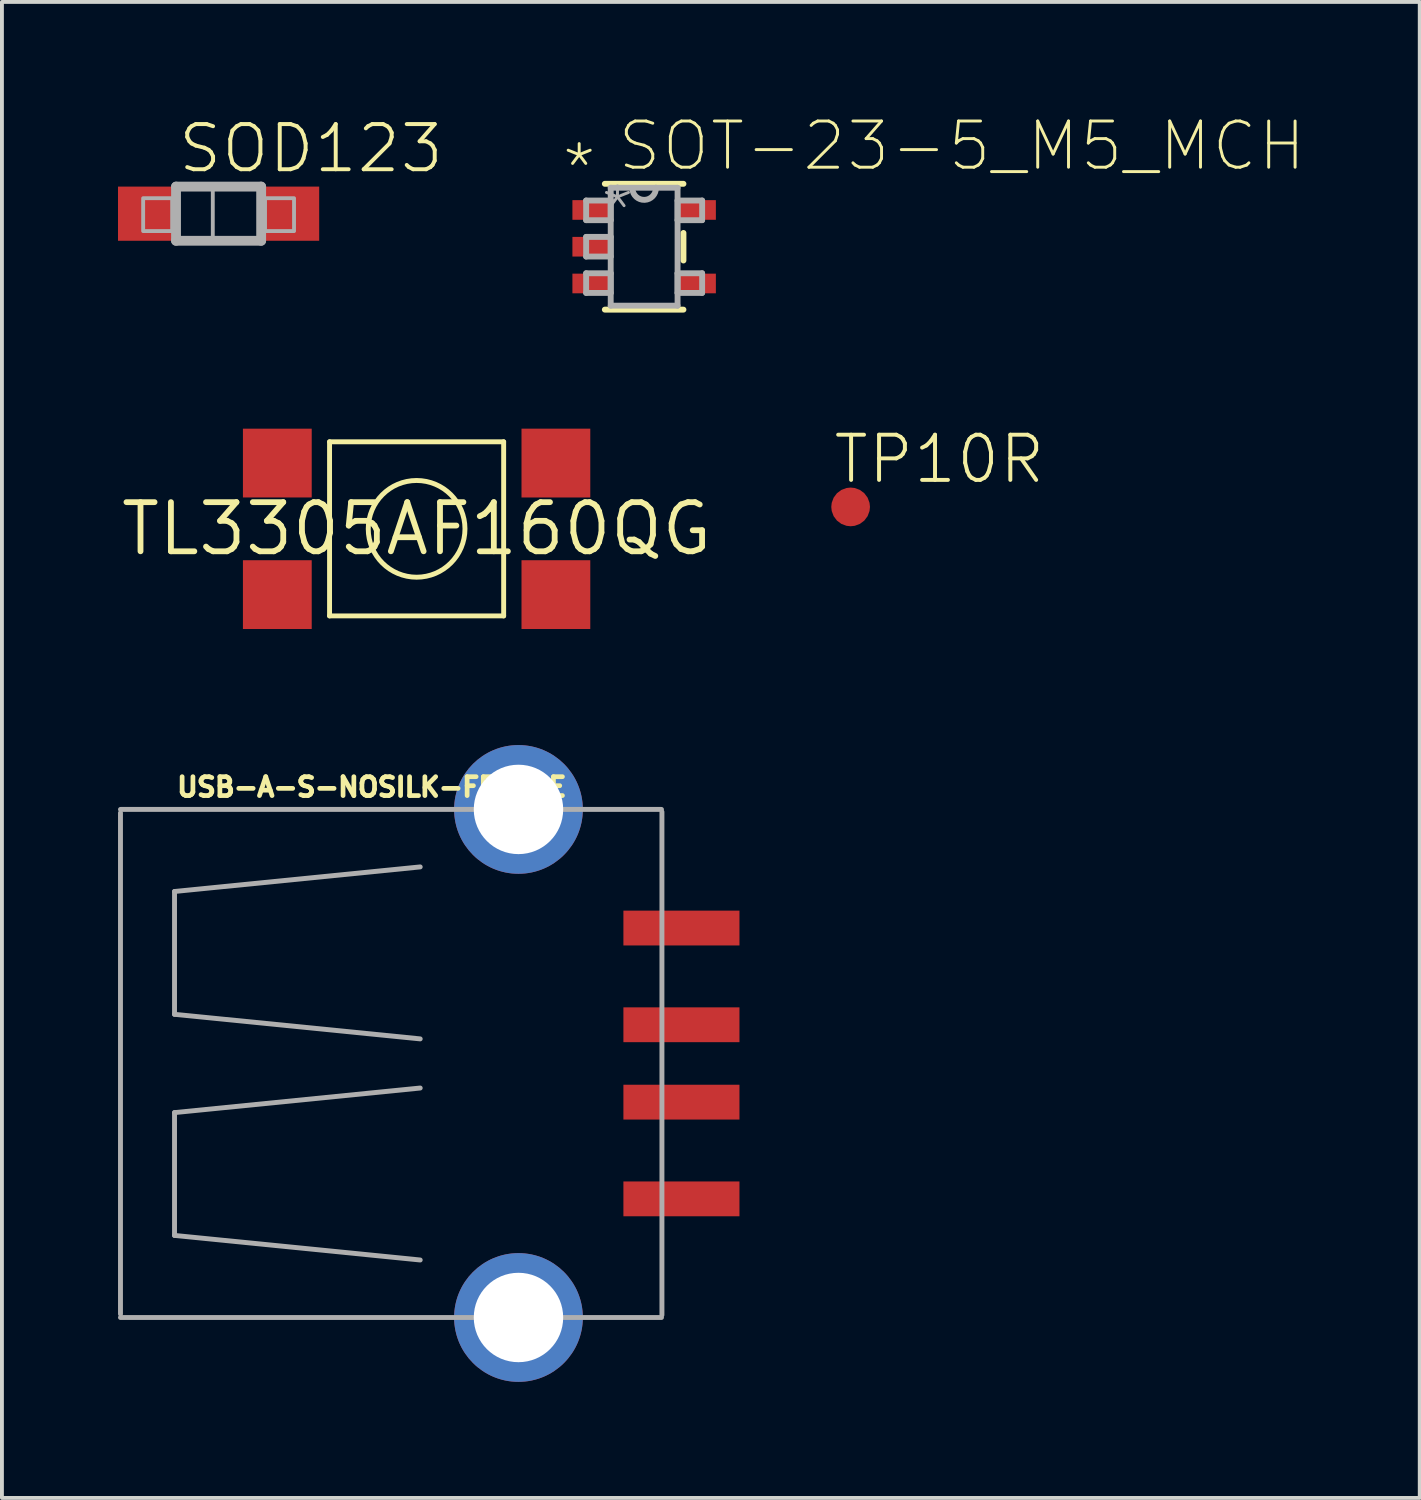
<source format=kicad_pcb>
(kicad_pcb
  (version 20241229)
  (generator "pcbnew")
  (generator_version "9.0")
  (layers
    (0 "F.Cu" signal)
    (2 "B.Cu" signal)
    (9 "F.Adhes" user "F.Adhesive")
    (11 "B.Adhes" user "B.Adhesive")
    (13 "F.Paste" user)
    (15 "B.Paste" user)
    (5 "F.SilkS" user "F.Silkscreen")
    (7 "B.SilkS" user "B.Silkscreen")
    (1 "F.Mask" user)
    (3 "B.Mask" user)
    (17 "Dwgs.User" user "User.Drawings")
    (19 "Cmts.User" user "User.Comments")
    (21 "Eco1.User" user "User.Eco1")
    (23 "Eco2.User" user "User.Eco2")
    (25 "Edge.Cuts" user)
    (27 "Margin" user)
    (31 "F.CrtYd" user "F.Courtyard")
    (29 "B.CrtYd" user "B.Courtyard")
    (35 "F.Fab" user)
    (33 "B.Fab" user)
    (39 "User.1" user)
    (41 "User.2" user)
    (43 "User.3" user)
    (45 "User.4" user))
  (footprint "USB-A-S-NOSILK-FEMALE"
    (layer "F.Cu")
    (at 7.811 24.437)
    (property "Reference" "USB-A-S-NOSILK-FEMALE" (at -6.35 -6.858 0) (layer "F.SilkS") (effects (font (size 0.488 0.488) (thickness 0.122)) (justify left bottom)))
    (fp_line (start -7.747 -6.477) (end -7.747 6.477) (stroke (width 0.127) (type solid)) (layer "F.Fab"))
    (fp_line (start -6.35 -4.445) (end -6.35 -1.27) (stroke (width 0.127) (type solid)) (layer "F.Fab"))
    (fp_line (start -6.35 -1.27) (end 0 -0.635) (stroke (width 0.127) (type solid)) (layer "F.Fab"))
    (fp_line (start -6.35 1.27) (end 0 0.635) (stroke (width 0.127) (type solid)) (layer "F.Fab"))
    (fp_line (start -6.35 4.445) (end -6.35 1.27) (stroke (width 0.127) (type solid)) (layer "F.Fab"))
    (fp_line (start 0 -5.08) (end -6.35 -4.445) (stroke (width 0.127) (type solid)) (layer "F.Fab"))
    (fp_line (start 0 5.08) (end -6.35 4.445) (stroke (width 0.127) (type solid)) (layer "F.Fab"))
    (fp_line (start 6.236 -6.566) (end -7.747 -6.566) (stroke (width 0.127) (type solid)) (layer "F.Fab"))
    (fp_line (start 6.236 6.566) (end -7.747 6.566) (stroke (width 0.127) (type solid)) (layer "F.Fab"))
    (fp_line (start 6.248 -6.502) (end 6.248 6.502) (stroke (width 0.127) (type solid)) (layer "F.Fab"))
    (pad "D+" smd rect (at 6.752 1) (size 3 0.9) (layers "F.Cu" "F.Mask" "F.Paste"))
    (pad "D-" smd rect (at 6.752 -1) (size 3 0.9) (layers "F.Cu" "F.Mask" "F.Paste"))
    (pad "GND" smd rect (at 6.752 3.5) (size 3 0.9) (layers "F.Cu" "F.Mask" "F.Paste"))
    (pad "SHLD1" thru_hole circle (at 2.54 6.566 270) (size 3.327 3.327) (drill 2.311) (layers "*.Cu" "*.Mask"))
    (pad "SHLD2" thru_hole circle (at 2.54 -6.566 270) (size 3.327 3.327) (drill 2.311) (layers "*.Cu" "*.Mask"))
    (pad "VBUS" smd rect (at 6.752 -3.5) (size 3 0.9) (layers "F.Cu" "F.Mask" "F.Paste")))
  (footprint "SOT-23-5_M5_MCH"
    (layer "F.Cu")
    (at 13.599 3.327)
    (property "Reference" "SOT-23-5_M5_MCH" (at -0.737 -1.905 0) (layer "F.SilkS") (effects (font (size 1.194 1.194) (thickness 0.076)) (justify left bottom)))
    (fp_line (start -1.016 1.626) (end 1.016 1.626) (stroke (width 0.152) (type solid)) (layer "F.SilkS"))
    (fp_line (start 1.016 -1.626) (end -1.016 -1.626) (stroke (width 0.152) (type solid)) (layer "F.SilkS"))
    (fp_line (start 1.016 0.356) (end 1.016 -0.356) (stroke (width 0.152) (type solid)) (layer "F.SilkS"))
    (fp_line (start -1.499 -1.194) (end -1.499 -0.686) (stroke (width 0.152) (type solid)) (layer "F.Fab"))
    (fp_line (start -1.499 -0.686) (end -0.864 -0.686) (stroke (width 0.152) (type solid)) (layer "F.Fab"))
    (fp_line (start -1.499 -0.254) (end -1.499 0.254) (stroke (width 0.152) (type solid)) (layer "F.Fab"))
    (fp_line (start -1.499 0.254) (end -0.864 0.254) (stroke (width 0.152) (type solid)) (layer "F.Fab"))
    (fp_line (start -1.499 0.686) (end -1.499 1.194) (stroke (width 0.152) (type solid)) (layer "F.Fab"))
    (fp_line (start -1.499 1.194) (end -0.864 1.194) (stroke (width 0.152) (type solid)) (layer "F.Fab"))
    (fp_line (start -0.864 -1.524) (end -0.864 1.524) (stroke (width 0.152) (type solid)) (layer "F.Fab"))
    (fp_line (start -0.864 -1.194) (end -1.499 -1.194) (stroke (width 0.152) (type solid)) (layer "F.Fab"))
    (fp_line (start -0.864 -0.686) (end -0.864 -1.194) (stroke (width 0.152) (type solid)) (layer "F.Fab"))
    (fp_line (start -0.864 -0.254) (end -1.499 -0.254) (stroke (width 0.152) (type solid)) (layer "F.Fab"))
    (fp_line (start -0.864 0.254) (end -0.864 -0.254) (stroke (width 0.152) (type solid)) (layer "F.Fab"))
    (fp_line (start -0.864 0.686) (end -1.499 0.686) (stroke (width 0.152) (type solid)) (layer "F.Fab"))
    (fp_line (start -0.864 1.194) (end -0.864 0.686) (stroke (width 0.152) (type solid)) (layer "F.Fab"))
    (fp_line (start -0.864 1.524) (end 0.864 1.524) (stroke (width 0.152) (type solid)) (layer "F.Fab"))
    (fp_line (start 0.305 -1.524) (end -0.864 -1.524) (stroke (width 0.152) (type solid)) (layer "F.Fab"))
    (fp_line (start 0.864 -1.524) (end 0.305 -1.524) (stroke (width 0.152) (type solid)) (layer "F.Fab"))
    (fp_line (start 0.864 -1.194) (end 0.864 -0.686) (stroke (width 0.152) (type solid)) (layer "F.Fab"))
    (fp_line (start 0.864 -0.686) (end 1.499 -0.686) (stroke (width 0.152) (type solid)) (layer "F.Fab"))
    (fp_line (start 0.864 0.686) (end 0.864 1.194) (stroke (width 0.152) (type solid)) (layer "F.Fab"))
    (fp_line (start 0.864 1.194) (end 1.499 1.194) (stroke (width 0.152) (type solid)) (layer "F.Fab"))
    (fp_line (start 0.864 1.524) (end 0.864 -1.524) (stroke (width 0.152) (type solid)) (layer "F.Fab"))
    (fp_line (start 1.499 -1.194) (end 0.864 -1.194) (stroke (width 0.152) (type solid)) (layer "F.Fab"))
    (fp_line (start 1.499 -0.686) (end 1.499 -1.194) (stroke (width 0.152) (type solid)) (layer "F.Fab"))
    (fp_line (start 1.499 0.686) (end 0.864 0.686) (stroke (width 0.152) (type solid)) (layer "F.Fab"))
    (fp_line (start 1.499 1.194) (end 1.499 0.686) (stroke (width 0.152) (type solid)) (layer "F.Fab"))
    (fp_arc (start 0.3048 -1.524) (mid 0.0127 -1.2065) (end -0.3048 -1.4986) (stroke (width 0.1524) (type solid)) (layer "F.Fab"))
    (fp_text user "*" (at -2.184 -1.321 0) (layer "F.SilkS") (effects (font (size 1.194 1.194) (thickness 0.076)) (justify left bottom)))
    (fp_text user "*" (at -1.194 -0.229 0) (layer "F.Fab") (effects (font (size 1.194 1.194) (thickness 0.076)) (justify left bottom)))
    (pad "1" smd rect (at -1.365 -0.95) (size 0.978 0.508) (layers "F.Cu" "F.Mask" "F.Paste"))
    (pad "2" smd rect (at -1.365 0) (size 0.978 0.508) (layers "F.Cu" "F.Mask" "F.Paste"))
    (pad "3" smd rect (at -1.365 0.95) (size 0.978 0.508) (layers "F.Cu" "F.Mask" "F.Paste"))
    (pad "4" smd rect (at 1.365 0.95) (size 0.978 0.508) (layers "F.Cu" "F.Mask" "F.Paste"))
    (pad "5" smd rect (at 1.365 -0.95) (size 0.978 0.508) (layers "F.Cu" "F.Mask" "F.Paste")))
  (footprint "TP10R"
    (layer "F.Cu")
    (at 18.936 10.052)
    (property "Reference" "TP10R" (at -0.5 -0.55 0) (layer "F.SilkS") (effects (font (size 1.168 1.168) (thickness 0.102)) (justify left bottom)))
    (pad "TP" smd roundrect (at 0 0) (size 1 1) (layers "F.Cu" "F.Mask") (roundrect_rratio 0.5)))
  (footprint "TL3305AF160QG"
    (layer "F.Cu")
    (at 7.718 10.619)
    (property "Reference" "TL3305AF160QG" (at 0 0 0) (layer "F.SilkS") (effects (font (size 1.27 1.27) (thickness 0.15))))
    (fp_line (start -2.25 -2.25) (end 2.25 -2.25) (stroke (width 0.127) (type solid)) (layer "F.SilkS"))
    (fp_line (start -2.25 2.25) (end -2.25 -2.25) (stroke (width 0.127) (type solid)) (layer "F.SilkS"))
    (fp_line (start 2.25 -2.25) (end 2.25 2.25) (stroke (width 0.127) (type solid)) (layer "F.SilkS"))
    (fp_line (start 2.25 2.25) (end -2.25 2.25) (stroke (width 0.127) (type solid)) (layer "F.SilkS"))
    (fp_circle (center 0 0) (end 1.25 0) (stroke (width 0.127) (type solid)) (fill no) (layer "F.SilkS"))
    (pad "P$1" smd rect (at -3.6 1.7) (size 1.778 1.778) (layers "F.Cu" "F.Mask" "F.Paste"))
    (pad "P$2" smd rect (at 3.6 1.7) (size 1.778 1.778) (layers "F.Cu" "F.Mask" "F.Paste"))
    (pad "P$3" smd rect (at -3.6 -1.7) (size 1.778 1.778) (layers "F.Cu" "F.Mask" "F.Paste"))
    (pad "P$4" smd rect (at 3.6 -1.7) (size 1.778 1.779) (layers "F.Cu" "F.Mask" "F.Paste")))
  (footprint "SOD123"
    (layer "F.Cu")
    (at 2.6 2.473)
    (property "Reference" "SOD123" (at -1.1 -1 0) (layer "F.SilkS") (effects (font (size 1.168 1.168) (thickness 0.102)) (justify left bottom)))
    (fp_line (start -1.1 -0.7) (end 1.1 -0.7) (stroke (width 0.254) (type solid)) (layer "F.Fab"))
    (fp_line (start -1.1 0.7) (end -1.1 -0.7) (stroke (width 0.254) (type solid)) (layer "F.Fab"))
    (fp_line (start 1.1 -0.7) (end 1.1 0.7) (stroke (width 0.254) (type solid)) (layer "F.Fab"))
    (fp_line (start 1.1 0.7) (end -1.1 0.7) (stroke (width 0.254) (type solid)) (layer "F.Fab"))
    (fp_poly (pts (xy -1.95 0.45) (xy -1.2 0.45) (xy -1.2 -0.4) (xy -1.95 -0.4)) (stroke (width 0.1) (type solid)) (fill no) (layer "F.Fab"))
    (fp_poly (pts (xy -1.05 0.65) (xy -0.15 0.65) (xy -0.15 -0.7) (xy -1.05 -0.7)) (stroke (width 0.1) (type solid)) (fill no) (layer "F.Fab"))
    (fp_poly (pts (xy 1.2 0.45) (xy 1.95 0.45) (xy 1.95 -0.4) (xy 1.2 -0.4)) (stroke (width 0.1) (type solid)) (fill no) (layer "F.Fab"))
    (pad "A" smd rect (at 1.9 0) (size 1.4 1.4) (layers "F.Cu" "F.Mask" "F.Paste"))
    (pad "C" smd rect (at -1.9 0) (size 1.4 1.4) (layers "F.Cu" "F.Mask" "F.Paste")))
  (gr_rect
    (start -3 -3)
    (end 33.646 35.667)
    (stroke (width 0.1) (type default))
    (fill no)
    (layer "Edge.Cuts")))
</source>
